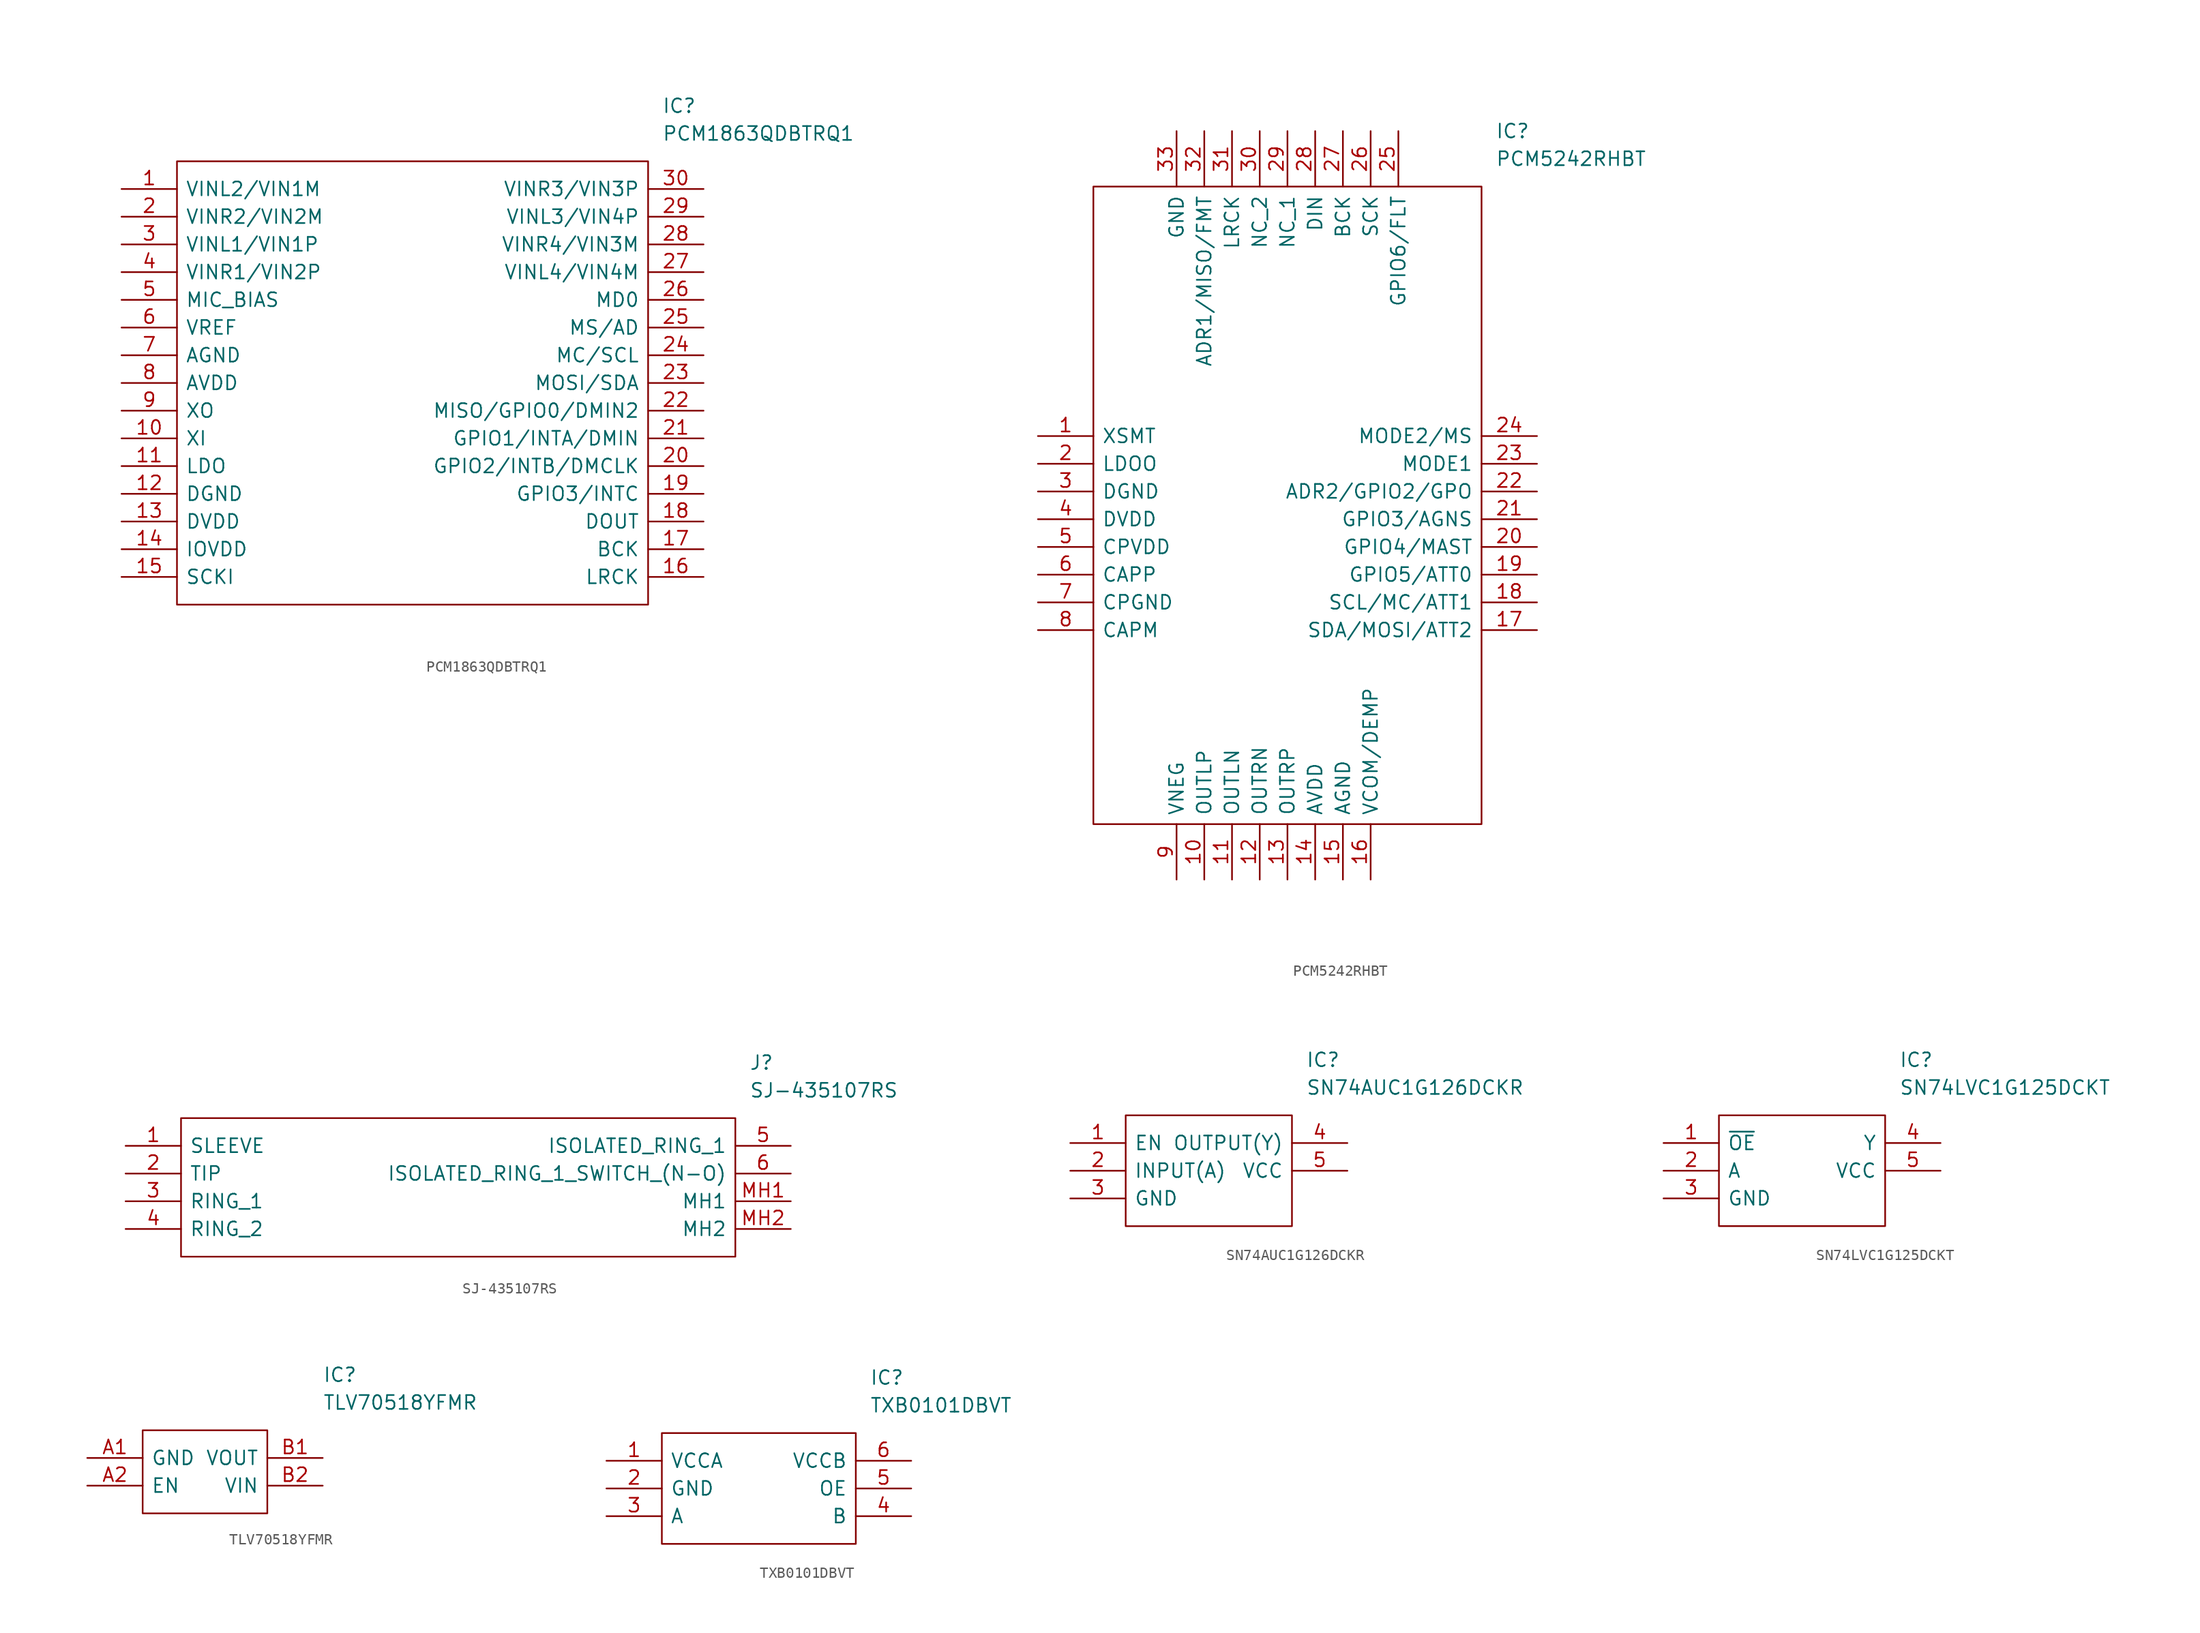
<source format=kicad_sym>
(kicad_symbol_lib
  (version 20220914)
  (generator kicad_symbol_editor)
  (symbol "PCM1863QDBTRQ1"
    (pin_names
      (offset 0.762))
    (property "Reference" "IC"
      (at 49.53 7.62 0)
      (effects (font (size 1.27 1.27)) (justify left)))
    (property "Value" "PCM1863QDBTRQ1"
      (at 49.53 5.08 0)
      (effects (font (size 1.27 1.27)) (justify left)))
    (symbol "PCM1863QDBTRQ1_0_0"
      (pin passive line (at 0 0 0) (length 5.08) (name "VINL2/VIN1M" (effects (font (size 1.27 1.27)))) (number "1" (effects (font (size 1.27 1.27)))))
      (pin passive line (at 0 -22.86 0) (length 5.08) (name "XI" (effects (font (size 1.27 1.27)))) (number "10" (effects (font (size 1.27 1.27)))))
      (pin passive line (at 0 -25.4 0) (length 5.08) (name "LDO" (effects (font (size 1.27 1.27)))) (number "11" (effects (font (size 1.27 1.27)))))
      (pin passive line (at 0 -27.94 0) (length 5.08) (name "DGND" (effects (font (size 1.27 1.27)))) (number "12" (effects (font (size 1.27 1.27)))))
      (pin passive line (at 0 -30.48 0) (length 5.08) (name "DVDD" (effects (font (size 1.27 1.27)))) (number "13" (effects (font (size 1.27 1.27)))))
      (pin passive line (at 0 -33.02 0) (length 5.08) (name "IOVDD" (effects (font (size 1.27 1.27)))) (number "14" (effects (font (size 1.27 1.27)))))
      (pin passive line (at 0 -35.56 0) (length 5.08) (name "SCKI" (effects (font (size 1.27 1.27)))) (number "15" (effects (font (size 1.27 1.27)))))
      (pin passive line (at 53.34 -35.56 180) (length 5.08) (name "LRCK" (effects (font (size 1.27 1.27)))) (number "16" (effects (font (size 1.27 1.27)))))
      (pin passive line (at 53.34 -33.02 180) (length 5.08) (name "BCK" (effects (font (size 1.27 1.27)))) (number "17" (effects (font (size 1.27 1.27)))))
      (pin passive line (at 53.34 -30.48 180) (length 5.08) (name "DOUT" (effects (font (size 1.27 1.27)))) (number "18" (effects (font (size 1.27 1.27)))))
      (pin passive line (at 53.34 -27.94 180) (length 5.08) (name "GPIO3/INTC" (effects (font (size 1.27 1.27)))) (number "19" (effects (font (size 1.27 1.27)))))
      (pin passive line (at 0 -2.54 0) (length 5.08) (name "VINR2/VIN2M" (effects (font (size 1.27 1.27)))) (number "2" (effects (font (size 1.27 1.27)))))
      (pin passive line (at 53.34 -25.4 180) (length 5.08) (name "GPIO2/INTB/DMCLK" (effects (font (size 1.27 1.27)))) (number "20" (effects (font (size 1.27 1.27)))))
      (pin passive line (at 53.34 -22.86 180) (length 5.08) (name "GPIO1/INTA/DMIN" (effects (font (size 1.27 1.27)))) (number "21" (effects (font (size 1.27 1.27)))))
      (pin passive line (at 53.34 -20.32 180) (length 5.08) (name "MISO/GPIO0/DMIN2" (effects (font (size 1.27 1.27)))) (number "22" (effects (font (size 1.27 1.27)))))
      (pin passive line (at 53.34 -17.78 180) (length 5.08) (name "MOSI/SDA" (effects (font (size 1.27 1.27)))) (number "23" (effects (font (size 1.27 1.27)))))
      (pin passive line (at 53.34 -15.24 180) (length 5.08) (name "MC/SCL" (effects (font (size 1.27 1.27)))) (number "24" (effects (font (size 1.27 1.27)))))
      (pin passive line (at 53.34 -12.7 180) (length 5.08) (name "MS/AD" (effects (font (size 1.27 1.27)))) (number "25" (effects (font (size 1.27 1.27)))))
      (pin passive line (at 53.34 -10.16 180) (length 5.08) (name "MD0" (effects (font (size 1.27 1.27)))) (number "26" (effects (font (size 1.27 1.27)))))
      (pin passive line (at 53.34 -7.62 180) (length 5.08) (name "VINL4/VIN4M" (effects (font (size 1.27 1.27)))) (number "27" (effects (font (size 1.27 1.27)))))
      (pin passive line (at 53.34 -5.08 180) (length 5.08) (name "VINR4/VIN3M" (effects (font (size 1.27 1.27)))) (number "28" (effects (font (size 1.27 1.27)))))
      (pin passive line (at 53.34 -2.54 180) (length 5.08) (name "VINL3/VIN4P" (effects (font (size 1.27 1.27)))) (number "29" (effects (font (size 1.27 1.27)))))
      (pin passive line (at 0 -5.08 0) (length 5.08) (name "VINL1/VIN1P" (effects (font (size 1.27 1.27)))) (number "3" (effects (font (size 1.27 1.27)))))
      (pin passive line (at 53.34 0 180) (length 5.08) (name "VINR3/VIN3P" (effects (font (size 1.27 1.27)))) (number "30" (effects (font (size 1.27 1.27)))))
      (pin passive line (at 0 -7.62 0) (length 5.08) (name "VINR1/VIN2P" (effects (font (size 1.27 1.27)))) (number "4" (effects (font (size 1.27 1.27)))))
      (pin passive line (at 0 -10.16 0) (length 5.08) (name "MIC_BIAS" (effects (font (size 1.27 1.27)))) (number "5" (effects (font (size 1.27 1.27)))))
      (pin passive line (at 0 -12.7 0) (length 5.08) (name "VREF" (effects (font (size 1.27 1.27)))) (number "6" (effects (font (size 1.27 1.27)))))
      (pin passive line (at 0 -15.24 0) (length 5.08) (name "AGND" (effects (font (size 1.27 1.27)))) (number "7" (effects (font (size 1.27 1.27)))))
      (pin passive line (at 0 -17.78 0) (length 5.08) (name "AVDD" (effects (font (size 1.27 1.27)))) (number "8" (effects (font (size 1.27 1.27)))))
      (pin passive line (at 0 -20.32 0) (length 5.08) (name "XO" (effects (font (size 1.27 1.27)))) (number "9" (effects (font (size 1.27 1.27))))))
    (symbol "PCM1863QDBTRQ1_0_1"
      (polyline (pts (xy 5.08 2.54) (xy 48.26 2.54) (xy 48.26 -38.1) (xy 5.08 -38.1) (xy 5.08 2.54)) (stroke (width 0.152) (type default)) (fill (type none)))))
  (symbol "PCM5242RHBT"
    (pin_names
      (offset 0.762))
    (property "Reference" "IC"
      (at 41.91 27.94 0)
      (effects (font (size 1.27 1.27)) (justify left)))
    (property "Value" "PCM5242RHBT"
      (at 41.91 25.4 0)
      (effects (font (size 1.27 1.27)) (justify left)))
    (symbol "PCM5242RHBT_0_0"
      (pin passive line (at 0 0 0) (length 5.08) (name "XSMT" (effects (font (size 1.27 1.27)))) (number "1" (effects (font (size 1.27 1.27)))))
      (pin passive line (at 15.24 -40.64 90) (length 5.08) (name "OUTLP" (effects (font (size 1.27 1.27)))) (number "10" (effects (font (size 1.27 1.27)))))
      (pin passive line (at 17.78 -40.64 90) (length 5.08) (name "OUTLN" (effects (font (size 1.27 1.27)))) (number "11" (effects (font (size 1.27 1.27)))))
      (pin passive line (at 20.32 -40.64 90) (length 5.08) (name "OUTRN" (effects (font (size 1.27 1.27)))) (number "12" (effects (font (size 1.27 1.27)))))
      (pin passive line (at 22.86 -40.64 90) (length 5.08) (name "OUTRP" (effects (font (size 1.27 1.27)))) (number "13" (effects (font (size 1.27 1.27)))))
      (pin passive line (at 25.4 -40.64 90) (length 5.08) (name "AVDD" (effects (font (size 1.27 1.27)))) (number "14" (effects (font (size 1.27 1.27)))))
      (pin passive line (at 27.94 -40.64 90) (length 5.08) (name "AGND" (effects (font (size 1.27 1.27)))) (number "15" (effects (font (size 1.27 1.27)))))
      (pin passive line (at 30.48 -40.64 90) (length 5.08) (name "VCOM/DEMP" (effects (font (size 1.27 1.27)))) (number "16" (effects (font (size 1.27 1.27)))))
      (pin passive line (at 45.72 -17.78 180) (length 5.08) (name "SDA/MOSI/ATT2" (effects (font (size 1.27 1.27)))) (number "17" (effects (font (size 1.27 1.27)))))
      (pin passive line (at 45.72 -15.24 180) (length 5.08) (name "SCL/MC/ATT1" (effects (font (size 1.27 1.27)))) (number "18" (effects (font (size 1.27 1.27)))))
      (pin passive line (at 45.72 -12.7 180) (length 5.08) (name "GPIO5/ATT0" (effects (font (size 1.27 1.27)))) (number "19" (effects (font (size 1.27 1.27)))))
      (pin passive line (at 0 -2.54 0) (length 5.08) (name "LDOO" (effects (font (size 1.27 1.27)))) (number "2" (effects (font (size 1.27 1.27)))))
      (pin passive line (at 45.72 -10.16 180) (length 5.08) (name "GPIO4/MAST" (effects (font (size 1.27 1.27)))) (number "20" (effects (font (size 1.27 1.27)))))
      (pin passive line (at 45.72 -7.62 180) (length 5.08) (name "GPIO3/AGNS" (effects (font (size 1.27 1.27)))) (number "21" (effects (font (size 1.27 1.27)))))
      (pin passive line (at 45.72 -5.08 180) (length 5.08) (name "ADR2/GPIO2/GPO" (effects (font (size 1.27 1.27)))) (number "22" (effects (font (size 1.27 1.27)))))
      (pin passive line (at 45.72 -2.54 180) (length 5.08) (name "MODE1" (effects (font (size 1.27 1.27)))) (number "23" (effects (font (size 1.27 1.27)))))
      (pin passive line (at 45.72 0 180) (length 5.08) (name "MODE2/MS" (effects (font (size 1.27 1.27)))) (number "24" (effects (font (size 1.27 1.27)))))
      (pin passive line (at 33.02 27.94 270) (length 5.08) (name "GPIO6/FLT" (effects (font (size 1.27 1.27)))) (number "25" (effects (font (size 1.27 1.27)))))
      (pin passive line (at 30.48 27.94 270) (length 5.08) (name "SCK" (effects (font (size 1.27 1.27)))) (number "26" (effects (font (size 1.27 1.27)))))
      (pin passive line (at 27.94 27.94 270) (length 5.08) (name "BCK" (effects (font (size 1.27 1.27)))) (number "27" (effects (font (size 1.27 1.27)))))
      (pin passive line (at 25.4 27.94 270) (length 5.08) (name "DIN" (effects (font (size 1.27 1.27)))) (number "28" (effects (font (size 1.27 1.27)))))
      (pin passive line (at 22.86 27.94 270) (length 5.08) (name "NC_1" (effects (font (size 1.27 1.27)))) (number "29" (effects (font (size 1.27 1.27)))))
      (pin passive line (at 0 -5.08 0) (length 5.08) (name "DGND" (effects (font (size 1.27 1.27)))) (number "3" (effects (font (size 1.27 1.27)))))
      (pin passive line (at 20.32 27.94 270) (length 5.08) (name "NC_2" (effects (font (size 1.27 1.27)))) (number "30" (effects (font (size 1.27 1.27)))))
      (pin passive line (at 17.78 27.94 270) (length 5.08) (name "LRCK" (effects (font (size 1.27 1.27)))) (number "31" (effects (font (size 1.27 1.27)))))
      (pin passive line (at 15.24 27.94 270) (length 5.08) (name "ADR1/MISO/FMT" (effects (font (size 1.27 1.27)))) (number "32" (effects (font (size 1.27 1.27)))))
      (pin passive line (at 12.7 27.94 270) (length 5.08) (name "GND" (effects (font (size 1.27 1.27)))) (number "33" (effects (font (size 1.27 1.27)))))
      (pin passive line (at 0 -7.62 0) (length 5.08) (name "DVDD" (effects (font (size 1.27 1.27)))) (number "4" (effects (font (size 1.27 1.27)))))
      (pin passive line (at 0 -10.16 0) (length 5.08) (name "CPVDD" (effects (font (size 1.27 1.27)))) (number "5" (effects (font (size 1.27 1.27)))))
      (pin passive line (at 0 -12.7 0) (length 5.08) (name "CAPP" (effects (font (size 1.27 1.27)))) (number "6" (effects (font (size 1.27 1.27)))))
      (pin passive line (at 0 -15.24 0) (length 5.08) (name "CPGND" (effects (font (size 1.27 1.27)))) (number "7" (effects (font (size 1.27 1.27)))))
      (pin passive line (at 0 -17.78 0) (length 5.08) (name "CAPM" (effects (font (size 1.27 1.27)))) (number "8" (effects (font (size 1.27 1.27)))))
      (pin passive line (at 12.7 -40.64 90) (length 5.08) (name "VNEG" (effects (font (size 1.27 1.27)))) (number "9" (effects (font (size 1.27 1.27))))))
    (symbol "PCM5242RHBT_0_1"
      (polyline (pts (xy 5.08 22.86) (xy 40.64 22.86) (xy 40.64 -35.56) (xy 5.08 -35.56) (xy 5.08 22.86)) (stroke (width 0.152) (type default)) (fill (type none)))))
  (symbol "SJ-435107RS"
    (pin_names
      (offset 0.762))
    (property "Reference" "J"
      (at 57.15 7.62 0)
      (effects (font (size 1.27 1.27)) (justify left)))
    (property "Value" "SJ-435107RS"
      (at 57.15 5.08 0)
      (effects (font (size 1.27 1.27)) (justify left)))
    (symbol "SJ-435107RS_0_0"
      (pin passive line (at 0 0 0) (length 5.08) (name "SLEEVE" (effects (font (size 1.27 1.27)))) (number "1" (effects (font (size 1.27 1.27)))))
      (pin passive line (at 0 -2.54 0) (length 5.08) (name "TIP" (effects (font (size 1.27 1.27)))) (number "2" (effects (font (size 1.27 1.27)))))
      (pin passive line (at 0 -5.08 0) (length 5.08) (name "RING_1" (effects (font (size 1.27 1.27)))) (number "3" (effects (font (size 1.27 1.27)))))
      (pin passive line (at 0 -7.62 0) (length 5.08) (name "RING_2" (effects (font (size 1.27 1.27)))) (number "4" (effects (font (size 1.27 1.27)))))
      (pin passive line (at 60.96 0 180) (length 5.08) (name "ISOLATED_RING_1" (effects (font (size 1.27 1.27)))) (number "5" (effects (font (size 1.27 1.27)))))
      (pin passive line (at 60.96 -2.54 180) (length 5.08) (name "ISOLATED_RING_1_SWITCH_(N-O)" (effects (font (size 1.27 1.27)))) (number "6" (effects (font (size 1.27 1.27)))))
      (pin passive line (at 60.96 -5.08 180) (length 5.08) (name "MH1" (effects (font (size 1.27 1.27)))) (number "MH1" (effects (font (size 1.27 1.27)))))
      (pin passive line (at 60.96 -7.62 180) (length 5.08) (name "MH2" (effects (font (size 1.27 1.27)))) (number "MH2" (effects (font (size 1.27 1.27))))))
    (symbol "SJ-435107RS_0_1"
      (polyline (pts (xy 5.08 2.54) (xy 55.88 2.54) (xy 55.88 -10.16) (xy 5.08 -10.16) (xy 5.08 2.54)) (stroke (width 0.152) (type default)) (fill (type none)))))
  (symbol "SN74AUC1G126DCKR"
    (pin_names
      (offset 0.762))
    (property "Reference" "IC"
      (at 21.59 7.62 0)
      (effects (font (size 1.27 1.27)) (justify left)))
    (property "Value" "SN74AUC1G126DCKR"
      (at 21.59 5.08 0)
      (effects (font (size 1.27 1.27)) (justify left)))
    (symbol "SN74AUC1G126DCKR_0_0"
      (pin passive line (at 0 0 0) (length 5.08) (name "EN" (effects (font (size 1.27 1.27)))) (number "1" (effects (font (size 1.27 1.27)))))
      (pin passive line (at 0 -2.54 0) (length 5.08) (name "INPUT(A)" (effects (font (size 1.27 1.27)))) (number "2" (effects (font (size 1.27 1.27)))))
      (pin passive line (at 0 -5.08 0) (length 5.08) (name "GND" (effects (font (size 1.27 1.27)))) (number "3" (effects (font (size 1.27 1.27)))))
      (pin passive line (at 25.4 0 180) (length 5.08) (name "OUTPUT(Y)" (effects (font (size 1.27 1.27)))) (number "4" (effects (font (size 1.27 1.27)))))
      (pin passive line (at 25.4 -2.54 180) (length 5.08) (name "VCC" (effects (font (size 1.27 1.27)))) (number "5" (effects (font (size 1.27 1.27))))))
    (symbol "SN74AUC1G126DCKR_0_1"
      (polyline (pts (xy 5.08 2.54) (xy 20.32 2.54) (xy 20.32 -7.62) (xy 5.08 -7.62) (xy 5.08 2.54)) (stroke (width 0.152) (type default)) (fill (type none)))))
  (symbol "SN74LVC1G125DCKT"
    (pin_names
      (offset 0.762))
    (property "Reference" "IC"
      (at 21.59 7.62 0)
      (effects (font (size 1.27 1.27)) (justify left)))
    (property "Value" "SN74LVC1G125DCKT"
      (at 21.59 5.08 0)
      (effects (font (size 1.27 1.27)) (justify left)))
    (symbol "SN74LVC1G125DCKT_0_0"
      (pin passive line (at 0 0 0) (length 5.08) (name "~{OE}" (effects (font (size 1.27 1.27)))) (number "1" (effects (font (size 1.27 1.27)))))
      (pin passive line (at 0 -2.54 0) (length 5.08) (name "A" (effects (font (size 1.27 1.27)))) (number "2" (effects (font (size 1.27 1.27)))))
      (pin passive line (at 0 -5.08 0) (length 5.08) (name "GND" (effects (font (size 1.27 1.27)))) (number "3" (effects (font (size 1.27 1.27)))))
      (pin passive line (at 25.4 0 180) (length 5.08) (name "Y" (effects (font (size 1.27 1.27)))) (number "4" (effects (font (size 1.27 1.27)))))
      (pin passive line (at 25.4 -2.54 180) (length 5.08) (name "VCC" (effects (font (size 1.27 1.27)))) (number "5" (effects (font (size 1.27 1.27))))))
    (symbol "SN74LVC1G125DCKT_0_1"
      (polyline (pts (xy 5.08 2.54) (xy 20.32 2.54) (xy 20.32 -7.62) (xy 5.08 -7.62) (xy 5.08 2.54)) (stroke (width 0.152) (type default)) (fill (type none)))))
  (symbol "TLV70518YFMR"
    (pin_names
      (offset 0.762))
    (property "Reference" "IC"
      (at 24.13 7.62 0)
      (effects (font (size 1.27 1.27)) (justify left)))
    (property "Value" "TLV70518YFMR"
      (at 24.13 5.08 0)
      (effects (font (size 1.27 1.27)) (justify left)))
    (symbol "TLV70518YFMR_0_0"
      (pin passive line (at 2.54 0 0) (length 5.08) (name "GND" (effects (font (size 1.27 1.27)))) (number "A1" (effects (font (size 1.27 1.27)))))
      (pin passive line (at 2.54 -2.54 0) (length 5.08) (name "EN" (effects (font (size 1.27 1.27)))) (number "A2" (effects (font (size 1.27 1.27)))))
      (pin passive line (at 24.13 0 180) (length 5.08) (name "VOUT" (effects (font (size 1.27 1.27)))) (number "B1" (effects (font (size 1.27 1.27)))))
      (pin passive line (at 24.13 -2.54 180) (length 5.08) (name "VIN" (effects (font (size 1.27 1.27)))) (number "B2" (effects (font (size 1.27 1.27))))))
    (symbol "TLV70518YFMR_0_1"
      (polyline (pts (xy 7.62 2.54) (xy 19.05 2.54) (xy 19.05 -5.08) (xy 7.62 -5.08) (xy 7.62 2.54)) (stroke (width 0.152) (type default)) (fill (type none)))))
  (symbol "TXB0101DBVT"
    (pin_names
      (offset 0.762))
    (property "Reference" "IC"
      (at 24.13 7.62 0)
      (effects (font (size 1.27 1.27)) (justify left)))
    (property "Value" "TXB0101DBVT"
      (at 24.13 5.08 0)
      (effects (font (size 1.27 1.27)) (justify left)))
    (symbol "TXB0101DBVT_0_0"
      (pin passive line (at 0 0 0) (length 5.08) (name "VCCA" (effects (font (size 1.27 1.27)))) (number "1" (effects (font (size 1.27 1.27)))))
      (pin passive line (at 0 -2.54 0) (length 5.08) (name "GND" (effects (font (size 1.27 1.27)))) (number "2" (effects (font (size 1.27 1.27)))))
      (pin passive line (at 0 -5.08 0) (length 5.08) (name "A" (effects (font (size 1.27 1.27)))) (number "3" (effects (font (size 1.27 1.27)))))
      (pin passive line (at 27.94 -5.08 180) (length 5.08) (name "B" (effects (font (size 1.27 1.27)))) (number "4" (effects (font (size 1.27 1.27)))))
      (pin passive line (at 27.94 -2.54 180) (length 5.08) (name "OE" (effects (font (size 1.27 1.27)))) (number "5" (effects (font (size 1.27 1.27)))))
      (pin passive line (at 27.94 0 180) (length 5.08) (name "VCCB" (effects (font (size 1.27 1.27)))) (number "6" (effects (font (size 1.27 1.27))))))
    (symbol "TXB0101DBVT_0_1"
      (polyline (pts (xy 5.08 2.54) (xy 22.86 2.54) (xy 22.86 -7.62) (xy 5.08 -7.62) (xy 5.08 2.54)) (stroke (width 0.152) (type default)) (fill (type none))))))
</source>
